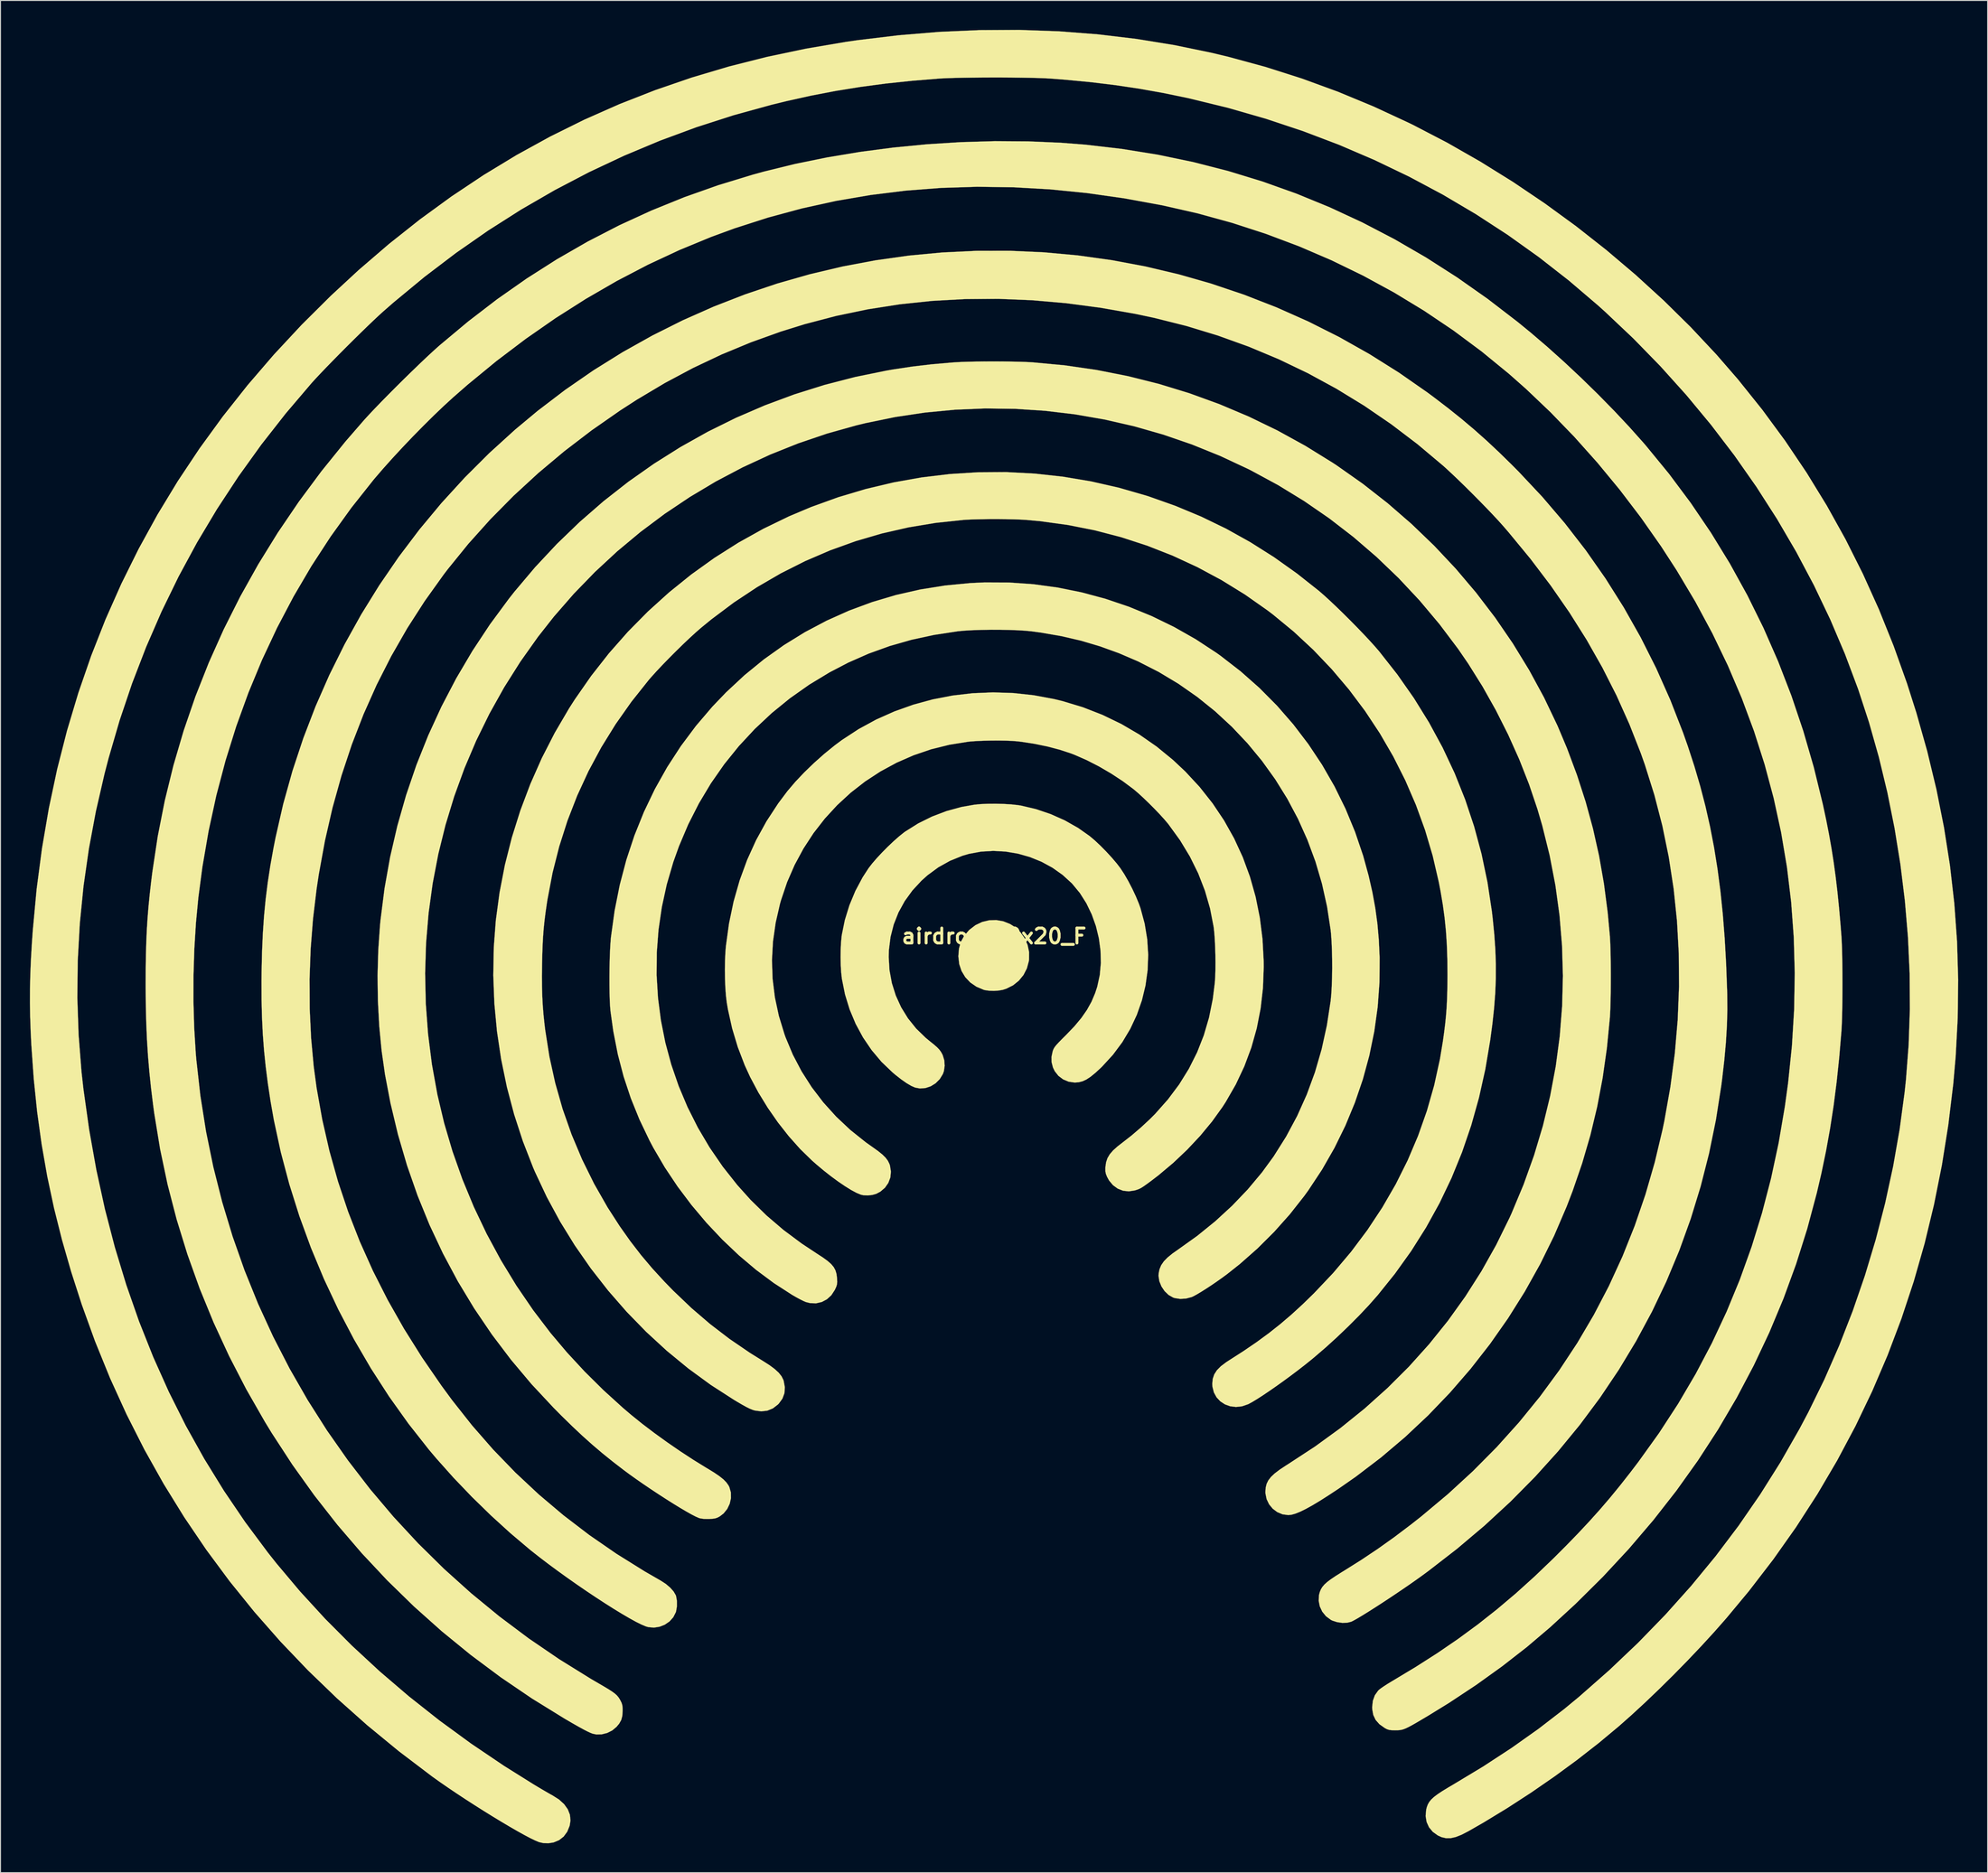
<source format=kicad_pcb>
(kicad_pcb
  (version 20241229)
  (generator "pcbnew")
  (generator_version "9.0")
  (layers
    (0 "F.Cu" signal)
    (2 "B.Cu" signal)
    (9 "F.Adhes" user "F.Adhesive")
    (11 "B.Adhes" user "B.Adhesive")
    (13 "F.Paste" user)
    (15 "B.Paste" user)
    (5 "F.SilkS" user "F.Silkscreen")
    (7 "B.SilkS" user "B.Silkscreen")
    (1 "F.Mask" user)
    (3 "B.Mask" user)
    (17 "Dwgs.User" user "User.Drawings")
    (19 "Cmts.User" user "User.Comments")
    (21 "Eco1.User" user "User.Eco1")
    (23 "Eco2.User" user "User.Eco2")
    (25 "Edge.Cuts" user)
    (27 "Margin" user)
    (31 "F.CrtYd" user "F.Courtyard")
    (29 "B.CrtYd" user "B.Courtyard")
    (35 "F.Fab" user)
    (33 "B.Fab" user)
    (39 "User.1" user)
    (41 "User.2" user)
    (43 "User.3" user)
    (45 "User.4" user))
  (footprint "airdrop_20x20_F"
    (layer "F.Cu")
    (at 98.378 92.531)
    (property "Reference" "airdrop_20x20_F" (at 0 0 0) (layer "F.SilkS") (effects (font (size 1.524 1.524) (thickness 0.3))))
    (attr through_hole)
    (fp_poly (pts (xy 0.94 -1.523) (xy 1.63 -1.248) (xy 2.111 -0.943) (xy 2.679 -0.417) (xy 3.118 0.201) (xy 3.42 0.889) (xy 3.575 1.621) (xy 3.572 2.374) (xy 3.55 2.535) (xy 3.348 3.285) (xy 3.003 3.958) (xy 2.529 4.538) (xy 1.942 5.009) (xy 1.256 5.355) (xy 0.889 5.473) (xy 0.47 5.547) (xy -0.019 5.577) (xy -0.509 5.562) (xy -0.931 5.503) (xy -1.058 5.469) (xy -1.797 5.155) (xy -2.427 4.721) (xy -2.936 4.182) (xy -3.315 3.552) (xy -3.553 2.845) (xy -3.64 2.074) (xy -3.641 2.034) (xy -3.578 1.258) (xy -3.384 0.575) (xy -3.048 -0.04) (xy -2.56 -0.61) (xy -2.496 -0.671) (xy -1.89 -1.134) (xy -1.22 -1.453) (xy -0.508 -1.624) (xy 0.219 -1.648) (xy 0.94 -1.523)) (stroke (width 0.01) (type solid)) (fill yes) (layer "F.SilkS"))
    (fp_poly (pts (xy 0.974 -13.507) (xy 1.734 -13.461) (xy 2.405 -13.39) (xy 2.739 -13.338) (xy 4.279 -12.975) (xy 5.781 -12.466) (xy 7.221 -11.823) (xy 8.575 -11.055) (xy 9.746 -10.23) (xy 10.27 -9.788) (xy 10.848 -9.245) (xy 11.442 -8.643) (xy 12.013 -8.022) (xy 12.522 -7.423) (xy 12.891 -6.94) (xy 13.287 -6.336) (xy 13.7 -5.619) (xy 14.104 -4.842) (xy 14.472 -4.057) (xy 14.78 -3.313) (xy 14.941 -2.859) (xy 15.366 -1.282) (xy 15.627 0.306) (xy 15.726 1.895) (xy 15.667 3.473) (xy 15.452 5.029) (xy 15.083 6.553) (xy 14.564 8.032) (xy 13.897 9.457) (xy 13.086 10.817) (xy 12.132 12.099) (xy 11.038 13.293) (xy 10.889 13.439) (xy 10.332 13.953) (xy 9.853 14.343) (xy 9.427 14.624) (xy 9.031 14.808) (xy 8.643 14.908) (xy 8.238 14.937) (xy 8.214 14.937) (xy 7.606 14.85) (xy 7.049 14.616) (xy 6.569 14.254) (xy 6.195 13.782) (xy 6.013 13.406) (xy 5.869 12.851) (xy 5.865 12.298) (xy 5.979 11.763) (xy 6.035 11.596) (xy 6.11 11.44) (xy 6.22 11.272) (xy 6.384 11.072) (xy 6.619 10.819) (xy 6.941 10.49) (xy 7.358 10.075) (xy 8.202 9.194) (xy 8.904 8.352) (xy 9.479 7.525) (xy 9.944 6.688) (xy 10.313 5.817) (xy 10.529 5.156) (xy 10.788 3.968) (xy 10.899 2.733) (xy 10.866 1.473) (xy 10.696 0.21) (xy 10.395 -1.032) (xy 9.966 -2.232) (xy 9.418 -3.367) (xy 8.753 -4.415) (xy 7.979 -5.353) (xy 7.926 -5.41) (xy 6.996 -6.259) (xy 5.963 -6.991) (xy 4.846 -7.6) (xy 3.663 -8.081) (xy 2.434 -8.43) (xy 1.178 -8.642) (xy -0.086 -8.712) (xy -1.34 -8.636) (xy -2.564 -8.408) (xy -3.231 -8.213) (xy -4.494 -7.701) (xy -5.677 -7.041) (xy -6.78 -6.231) (xy -7.398 -5.679) (xy -8.331 -4.672) (xy -9.118 -3.585) (xy -9.754 -2.426) (xy -10.238 -1.203) (xy -10.564 0.077) (xy -10.73 1.404) (xy -10.752 2.11) (xy -10.67 3.474) (xy -10.426 4.794) (xy -10.027 6.06) (xy -9.478 7.261) (xy -8.783 8.387) (xy -7.948 9.428) (xy -6.978 10.372) (xy -6.568 10.71) (xy -6.139 11.054) (xy -5.822 11.331) (xy -5.592 11.57) (xy -5.421 11.801) (xy -5.282 12.051) (xy -5.236 12.15) (xy -5.081 12.661) (xy -5.041 13.221) (xy -5.115 13.762) (xy -5.219 14.059) (xy -5.54 14.586) (xy -5.963 15.011) (xy -6.46 15.32) (xy -7.006 15.502) (xy -7.571 15.541) (xy -8.06 15.449) (xy -8.446 15.281) (xy -8.923 15) (xy -9.468 14.619) (xy -10.062 14.154) (xy -10.362 13.901) (xy -11.485 12.823) (xy -12.49 11.628) (xy -13.372 10.33) (xy -14.122 8.942) (xy -14.736 7.474) (xy -15.206 5.941) (xy -15.524 4.354) (xy -15.531 4.307) (xy -15.6 3.678) (xy -15.643 2.942) (xy -15.659 2.151) (xy -15.649 1.359) (xy -15.613 0.619) (xy -15.55 -0.018) (xy -15.536 -0.121) (xy -15.224 -1.651) (xy -14.757 -3.164) (xy -14.147 -4.629) (xy -13.407 -6.016) (xy -12.805 -6.943) (xy -12.44 -7.418) (xy -11.971 -7.962) (xy -11.431 -8.542) (xy -10.852 -9.127) (xy -10.267 -9.683) (xy -9.707 -10.179) (xy -9.206 -10.582) (xy -9.059 -10.688) (xy -7.746 -11.513) (xy -6.335 -12.213) (xy -4.852 -12.777) (xy -3.324 -13.195) (xy -1.999 -13.429) (xy -1.364 -13.49) (xy -0.624 -13.522) (xy 0.171 -13.527) (xy 0.974 -13.507)) (stroke (width 0.01) (type solid)) (fill yes) (layer "F.SilkS"))
    (fp_poly (pts (xy 1.976 -24.826) (xy 4.054 -24.6) (xy 6.119 -24.215) (xy 6.985 -24.004) (xy 9.058 -23.377) (xy 11.058 -22.597) (xy 12.982 -21.667) (xy 14.825 -20.589) (xy 16.584 -19.365) (xy 18.254 -17.998) (xy 19.518 -16.809) (xy 20.979 -15.232) (xy 22.296 -13.565) (xy 23.469 -11.813) (xy 24.496 -9.979) (xy 25.376 -8.067) (xy 26.106 -6.08) (xy 26.687 -4.023) (xy 27.115 -1.899) (xy 27.39 0.288) (xy 27.51 2.535) (xy 27.516 3.133) (xy 27.437 5.278) (xy 27.199 7.367) (xy 26.803 9.397) (xy 26.249 11.368) (xy 25.536 13.28) (xy 24.666 15.13) (xy 23.638 16.919) (xy 23.302 17.439) (xy 22.245 18.91) (xy 21.042 20.365) (xy 19.715 21.781) (xy 18.287 23.135) (xy 16.78 24.402) (xy 16.044 24.966) (xy 15.626 25.274) (xy 15.311 25.499) (xy 15.069 25.658) (xy 14.867 25.769) (xy 14.675 25.851) (xy 14.462 25.921) (xy 14.35 25.954) (xy 13.746 26.047) (xy 13.162 25.982) (xy 12.618 25.768) (xy 12.135 25.416) (xy 11.736 24.938) (xy 11.535 24.572) (xy 11.414 24.271) (xy 11.359 24.005) (xy 11.356 23.689) (xy 11.364 23.549) (xy 11.432 23.079) (xy 11.572 22.66) (xy 11.804 22.265) (xy 12.143 21.871) (xy 12.607 21.454) (xy 13.084 21.084) (xy 14.027 20.347) (xy 14.982 19.53) (xy 15.888 18.689) (xy 16.441 18.134) (xy 17.744 16.663) (xy 18.891 15.129) (xy 19.882 13.529) (xy 20.719 11.86) (xy 21.403 10.12) (xy 21.936 8.306) (xy 22.319 6.414) (xy 22.526 4.745) (xy 22.564 4.167) (xy 22.585 3.474) (xy 22.591 2.706) (xy 22.582 1.902) (xy 22.559 1.102) (xy 22.523 0.345) (xy 22.475 -0.33) (xy 22.416 -0.883) (xy 22.403 -0.974) (xy 22.041 -2.837) (xy 21.516 -4.653) (xy 20.83 -6.421) (xy 19.983 -8.137) (xy 18.978 -9.799) (xy 17.815 -11.403) (xy 17.727 -11.515) (xy 17.358 -11.951) (xy 16.893 -12.462) (xy 16.364 -13.015) (xy 15.804 -13.576) (xy 15.248 -14.112) (xy 14.728 -14.59) (xy 14.278 -14.975) (xy 14.224 -15.019) (xy 13.135 -15.83) (xy 11.947 -16.61) (xy 10.705 -17.335) (xy 9.452 -17.978) (xy 8.233 -18.513) (xy 7.832 -18.668) (xy 6.702 -19.039) (xy 5.456 -19.367) (xy 4.14 -19.64) (xy 2.804 -19.847) (xy 2.413 -19.894) (xy 1.884 -19.937) (xy 1.229 -19.965) (xy 0.493 -19.977) (xy -0.281 -19.974) (xy -1.05 -19.957) (xy -1.77 -19.926) (xy -2.397 -19.881) (xy -2.649 -19.855) (xy -4.562 -19.548) (xy -6.421 -19.085) (xy -8.217 -18.472) (xy -9.943 -17.716) (xy -11.592 -16.823) (xy -13.157 -15.799) (xy -14.63 -14.651) (xy -16.003 -13.386) (xy -17.269 -12.009) (xy -18.421 -10.528) (xy -19.451 -8.947) (xy -20.352 -7.275) (xy -21.117 -5.517) (xy -21.737 -3.68) (xy -21.842 -3.31) (xy -22.284 -1.383) (xy -22.558 0.536) (xy -22.662 2.448) (xy -22.597 4.35) (xy -22.364 6.244) (xy -21.961 8.127) (xy -21.389 10) (xy -21.274 10.322) (xy -20.534 12.092) (xy -19.641 13.794) (xy -18.603 15.421) (xy -17.423 16.966) (xy -16.109 18.421) (xy -14.666 19.779) (xy -13.099 21.032) (xy -12.397 21.531) (xy -11.827 21.939) (xy -11.39 22.293) (xy -11.066 22.614) (xy -10.835 22.924) (xy -10.678 23.243) (xy -10.621 23.415) (xy -10.523 24.034) (xy -10.583 24.632) (xy -10.79 25.187) (xy -11.132 25.676) (xy -11.598 26.074) (xy -12.019 26.299) (xy -12.417 26.412) (xy -12.876 26.462) (xy -13.32 26.445) (xy -13.589 26.387) (xy -14.041 26.198) (xy -14.591 25.902) (xy -15.219 25.512) (xy -15.906 25.044) (xy -16.632 24.511) (xy -17.376 23.926) (xy -18.118 23.304) (xy -18.586 22.891) (xy -19.778 21.727) (xy -20.94 20.423) (xy -22.052 19.008) (xy -23.093 17.509) (xy -24.044 15.956) (xy -24.884 14.377) (xy -25.439 13.168) (xy -26.146 11.322) (xy -26.721 9.412) (xy -27.15 7.485) (xy -27.274 6.75) (xy -27.357 6.054) (xy -27.417 5.235) (xy -27.453 4.338) (xy -27.464 3.408) (xy -27.451 2.491) (xy -27.411 1.631) (xy -27.36 1.016) (xy -27.043 -1.295) (xy -26.575 -3.535) (xy -25.957 -5.702) (xy -25.192 -7.791) (xy -24.28 -9.8) (xy -23.222 -11.725) (xy -22.02 -13.564) (xy -21.079 -14.817) (xy -20.282 -15.755) (xy -19.365 -16.725) (xy -18.363 -17.693) (xy -17.313 -18.626) (xy -16.249 -19.49) (xy -15.526 -20.028) (xy -13.819 -21.145) (xy -12.027 -22.121) (xy -10.161 -22.953) (xy -8.232 -23.64) (xy -6.251 -24.18) (xy -4.229 -24.57) (xy -2.176 -24.809) (xy -0.104 -24.895) (xy 1.976 -24.826)) (stroke (width 0.01) (type solid)) (fill yes) (layer "F.SilkS"))
    (fp_poly (pts (xy 1.52 -36.112) (xy 4.012 -35.937) (xy 6.492 -35.598) (xy 8.951 -35.1) (xy 11.378 -34.445) (xy 13.764 -33.636) (xy 16.099 -32.677) (xy 18.373 -31.569) (xy 20.576 -30.318) (xy 22.698 -28.925) (xy 23.128 -28.617) (xy 25.16 -27.042) (xy 27.074 -25.348) (xy 28.867 -23.54) (xy 30.533 -21.625) (xy 32.069 -19.609) (xy 33.471 -17.498) (xy 34.735 -15.297) (xy 35.857 -13.014) (xy 36.832 -10.654) (xy 37.657 -8.222) (xy 38.221 -6.167) (xy 38.603 -4.483) (xy 38.898 -2.868) (xy 39.115 -1.266) (xy 39.259 0.38) (xy 39.34 2.126) (xy 39.342 2.201) (xy 39.326 4.711) (xy 39.143 7.216) (xy 38.797 9.707) (xy 38.291 12.175) (xy 37.629 14.609) (xy 36.812 17) (xy 35.845 19.338) (xy 34.73 21.613) (xy 33.471 23.816) (xy 32.07 25.937) (xy 31.643 26.527) (xy 30.18 28.386) (xy 28.582 30.179) (xy 26.877 31.878) (xy 25.09 33.457) (xy 23.792 34.487) (xy 23.268 34.873) (xy 22.711 35.267) (xy 22.147 35.652) (xy 21.6 36.01) (xy 21.096 36.327) (xy 20.661 36.585) (xy 20.32 36.768) (xy 20.163 36.839) (xy 19.588 36.99) (xy 18.994 37.026) (xy 18.441 36.943) (xy 18.27 36.887) (xy 17.807 36.624) (xy 17.403 36.234) (xy 17.082 35.756) (xy 16.867 35.228) (xy 16.782 34.688) (xy 16.793 34.441) (xy 16.883 33.995) (xy 17.055 33.586) (xy 17.322 33.195) (xy 17.702 32.803) (xy 18.211 32.388) (xy 18.779 31.989) (xy 20.728 30.596) (xy 22.57 29.102) (xy 24.292 27.517) (xy 25.884 25.852) (xy 27.335 24.117) (xy 28.524 22.487) (xy 29.802 20.458) (xy 30.931 18.349) (xy 31.911 16.161) (xy 32.743 13.893) (xy 33.425 11.544) (xy 33.959 9.114) (xy 34.345 6.604) (xy 34.409 5.929) (xy 34.456 5.125) (xy 34.487 4.229) (xy 34.5 3.281) (xy 34.496 2.319) (xy 34.475 1.382) (xy 34.437 0.508) (xy 34.382 -0.263) (xy 34.344 -0.635) (xy 33.981 -3.02) (xy 33.462 -5.354) (xy 32.792 -7.629) (xy 31.974 -9.839) (xy 31.015 -11.979) (xy 29.919 -14.041) (xy 28.691 -16.019) (xy 27.336 -17.906) (xy 25.858 -19.697) (xy 24.263 -21.385) (xy 22.556 -22.964) (xy 20.741 -24.426) (xy 18.824 -25.766) (xy 16.809 -26.978) (xy 14.701 -28.054) (xy 12.742 -28.896) (xy 10.807 -29.596) (xy 8.86 -30.174) (xy 6.864 -30.638) (xy 4.78 -30.998) (xy 3.81 -31.129) (xy 3.164 -31.191) (xy 2.386 -31.238) (xy 1.514 -31.269) (xy 0.584 -31.286) (xy -0.367 -31.287) (xy -1.302 -31.273) (xy -2.185 -31.243) (xy -2.977 -31.198) (xy -3.643 -31.138) (xy -3.724 -31.128) (xy -6.127 -30.761) (xy -8.43 -30.262) (xy -10.647 -29.628) (xy -12.792 -28.854) (xy -14.875 -27.936) (xy -16.783 -26.941) (xy -18.862 -25.681) (xy -20.831 -24.292) (xy -22.686 -22.781) (xy -24.424 -21.152) (xy -26.04 -19.411) (xy -27.531 -17.562) (xy -28.891 -15.61) (xy -30.117 -13.561) (xy -31.205 -11.419) (xy -32.151 -9.189) (xy -32.73 -7.569) (xy -33.397 -5.284) (xy -33.899 -2.979) (xy -34.237 -0.66) (xy -34.414 1.664) (xy -34.431 3.986) (xy -34.29 6.299) (xy -33.993 8.594) (xy -33.542 10.864) (xy -32.937 13.101) (xy -32.182 15.297) (xy -31.277 17.445) (xy -30.225 19.538) (xy -29.027 21.566) (xy -27.685 23.523) (xy -26.201 25.401) (xy -24.841 26.917) (xy -23.232 28.497) (xy -21.5 29.98) (xy -19.634 31.372) (xy -18.076 32.403) (xy -17.46 32.804) (xy -16.979 33.155) (xy -16.618 33.475) (xy -16.359 33.786) (xy -16.185 34.11) (xy -16.079 34.467) (xy -16.025 34.878) (xy -16.02 34.947) (xy -16.005 35.291) (xy -16.027 35.543) (xy -16.099 35.783) (xy -16.238 36.086) (xy -16.25 36.111) (xy -16.601 36.649) (xy -17.049 37.062) (xy -17.574 37.341) (xy -18.151 37.477) (xy -18.759 37.459) (xy -19.19 37.351) (xy -19.429 37.25) (xy -19.769 37.081) (xy -20.166 36.867) (xy -20.578 36.631) (xy -20.629 36.6) (xy -22.471 35.408) (xy -24.276 34.064) (xy -26.031 32.581) (xy -27.723 30.974) (xy -29.339 29.258) (xy -30.864 27.448) (xy -32.285 25.559) (xy -33.589 23.605) (xy -34.762 21.6) (xy -35.151 20.865) (xy -36.182 18.71) (xy -37.061 16.538) (xy -37.794 14.329) (xy -38.387 12.06) (xy -38.847 9.712) (xy -39.134 7.662) (xy -39.178 7.164) (xy -39.21 6.528) (xy -39.232 5.785) (xy -39.243 4.967) (xy -39.244 4.105) (xy -39.235 3.231) (xy -39.216 2.375) (xy -39.188 1.569) (xy -39.149 0.844) (xy -39.102 0.232) (xy -39.087 0.085) (xy -38.714 -2.61) (xy -38.19 -5.239) (xy -37.516 -7.797) (xy -36.693 -10.283) (xy -35.723 -12.69) (xy -34.609 -15.017) (xy -33.351 -17.259) (xy -31.952 -19.413) (xy -30.414 -21.474) (xy -28.737 -23.44) (xy -27.347 -24.892) (xy -25.466 -26.645) (xy -23.494 -28.256) (xy -21.435 -29.723) (xy -19.295 -31.044) (xy -17.077 -32.218) (xy -14.787 -33.243) (xy -12.428 -34.116) (xy -10.006 -34.835) (xy -7.525 -35.4) (xy -4.99 -35.806) (xy -2.405 -36.054) (xy -0.974 -36.121) (xy 1.52 -36.112)) (stroke (width 0.01) (type solid)) (fill yes) (layer "F.SilkS"))
    (fp_poly (pts (xy 4.14 -47.232) (xy 7.017 -46.917) (xy 9.88 -46.437) (xy 12.722 -45.791) (xy 15.538 -44.979) (xy 15.79 -44.898) (xy 18.507 -43.934) (xy 21.132 -42.839) (xy 23.675 -41.606) (xy 26.146 -40.229) (xy 28.557 -38.703) (xy 30.918 -37.022) (xy 33.147 -35.257) (xy 33.647 -34.824) (xy 34.234 -34.288) (xy 34.887 -33.672) (xy 35.58 -32.999) (xy 36.291 -32.293) (xy 36.996 -31.577) (xy 37.671 -30.876) (xy 38.293 -30.212) (xy 38.839 -29.61) (xy 39.285 -29.093) (xy 39.293 -29.083) (xy 41.147 -26.723) (xy 42.844 -24.299) (xy 44.384 -21.81) (xy 45.767 -19.258) (xy 46.995 -16.64) (xy 48.066 -13.957) (xy 48.981 -11.209) (xy 49.74 -8.394) (xy 50.343 -5.513) (xy 50.791 -2.565) (xy 50.878 -1.82) (xy 51.04 -0.179) (xy 51.147 1.367) (xy 51.2 2.853) (xy 51.197 4.317) (xy 51.138 5.795) (xy 51.022 7.323) (xy 50.848 8.939) (xy 50.63 10.583) (xy 50.124 13.583) (xy 49.476 16.49) (xy 48.687 19.307) (xy 47.754 22.037) (xy 46.677 24.681) (xy 45.454 27.243) (xy 44.084 29.725) (xy 42.567 32.13) (xy 40.9 34.46) (xy 39.135 36.658) (xy 38.236 37.676) (xy 37.223 38.751) (xy 36.127 39.85) (xy 34.981 40.945) (xy 33.817 42.003) (xy 32.664 42.993) (xy 32.385 43.224) (xy 31.728 43.753) (xy 31.021 44.302) (xy 30.285 44.857) (xy 29.539 45.405) (xy 28.803 45.932) (xy 28.096 46.423) (xy 27.439 46.866) (xy 26.851 47.245) (xy 26.351 47.548) (xy 25.961 47.76) (xy 25.911 47.784) (xy 25.291 47.995) (xy 24.679 48.06) (xy 24.094 47.989) (xy 23.557 47.793) (xy 23.087 47.485) (xy 22.705 47.076) (xy 22.432 46.578) (xy 22.286 46.001) (xy 22.267 45.694) (xy 22.315 45.187) (xy 22.468 44.732) (xy 22.739 44.31) (xy 23.143 43.901) (xy 23.692 43.486) (xy 23.984 43.296) (xy 25.447 42.357) (xy 26.782 41.446) (xy 28.022 40.538) (xy 29.198 39.607) (xy 30.344 38.628) (xy 31.492 37.575) (xy 32.643 36.453) (xy 34.61 34.374) (xy 36.43 32.217) (xy 38.101 29.987) (xy 39.621 27.686) (xy 40.989 25.317) (xy 42.203 22.884) (xy 43.263 20.389) (xy 44.165 17.835) (xy 44.909 15.226) (xy 45.493 12.565) (xy 45.8 10.71) (xy 45.932 9.753) (xy 46.038 8.885) (xy 46.119 8.065) (xy 46.18 7.256) (xy 46.222 6.416) (xy 46.248 5.508) (xy 46.261 4.491) (xy 46.264 3.895) (xy 46.25 2.318) (xy 46.201 0.864) (xy 46.111 -0.51) (xy 45.977 -1.846) (xy 45.795 -3.189) (xy 45.561 -4.581) (xy 45.376 -5.546) (xy 44.756 -8.217) (xy 43.978 -10.842) (xy 43.044 -13.412) (xy 41.96 -15.92) (xy 40.73 -18.359) (xy 39.36 -20.72) (xy 37.855 -22.997) (xy 36.218 -25.181) (xy 34.455 -27.265) (xy 32.571 -29.242) (xy 30.569 -31.104) (xy 28.456 -32.844) (xy 27.912 -33.258) (xy 25.608 -34.878) (xy 23.221 -36.352) (xy 20.758 -37.677) (xy 18.224 -38.851) (xy 15.627 -39.871) (xy 12.973 -40.736) (xy 10.267 -41.442) (xy 7.517 -41.987) (xy 4.728 -42.37) (xy 3.306 -42.5) (xy 2.713 -42.535) (xy 1.991 -42.561) (xy 1.179 -42.577) (xy 0.316 -42.584) (xy -0.556 -42.582) (xy -1.4 -42.57) (xy -2.175 -42.55) (xy -2.842 -42.52) (xy -3.137 -42.5) (xy -5.955 -42.201) (xy -8.726 -41.741) (xy -11.446 -41.119) (xy -14.113 -40.337) (xy -16.723 -39.397) (xy -19.275 -38.299) (xy -21.764 -37.045) (xy -24.19 -35.635) (xy -26.548 -34.072) (xy -28.836 -32.356) (xy -29.904 -31.482) (xy -30.449 -31.006) (xy -31.075 -30.431) (xy -31.756 -29.785) (xy -32.462 -29.094) (xy -33.166 -28.387) (xy -33.84 -27.692) (xy -34.457 -27.036) (xy -34.988 -26.448) (xy -35.235 -26.162) (xy -37.002 -23.939) (xy -38.617 -21.645) (xy -40.078 -19.282) (xy -41.384 -16.851) (xy -42.535 -14.354) (xy -43.53 -11.792) (xy -44.368 -9.169) (xy -45.048 -6.485) (xy -45.57 -3.742) (xy -45.625 -3.387) (xy -45.761 -2.446) (xy -45.87 -1.581) (xy -45.955 -0.751) (xy -46.019 0.087) (xy -46.066 0.975) (xy -46.1 1.956) (xy -46.119 2.854) (xy -46.132 4.055) (xy -46.126 5.13) (xy -46.099 6.119) (xy -46.048 7.064) (xy -45.972 8.006) (xy -45.869 8.986) (xy -45.799 9.567) (xy -45.371 12.296) (xy -44.778 14.988) (xy -44.024 17.637) (xy -43.11 20.237) (xy -42.039 22.783) (xy -40.813 25.267) (xy -39.435 27.684) (xy -38.197 29.604) (xy -37.124 31.121) (xy -36.026 32.547) (xy -34.866 33.923) (xy -33.608 35.293) (xy -32.724 36.199) (xy -30.866 37.972) (xy -28.966 39.601) (xy -26.991 41.114) (xy -24.908 42.537) (xy -23.607 43.349) (xy -22.92 43.788) (xy -22.38 44.188) (xy -21.972 44.564) (xy -21.684 44.928) (xy -21.5 45.295) (xy -21.466 45.397) (xy -21.347 46.049) (xy -21.389 46.653) (xy -21.594 47.207) (xy -21.96 47.712) (xy -22.056 47.81) (xy -22.567 48.203) (xy -23.131 48.435) (xy -23.748 48.507) (xy -24.406 48.422) (xy -24.642 48.351) (xy -24.921 48.237) (xy -25.262 48.068) (xy -25.689 47.833) (xy -26.224 47.52) (xy -26.528 47.338) (xy -28.901 45.807) (xy -31.192 44.132) (xy -33.392 42.324) (xy -35.494 40.389) (xy -37.491 38.338) (xy -39.375 36.177) (xy -41.139 33.917) (xy -42.775 31.566) (xy -44.277 29.131) (xy -45.635 26.623) (xy -46.845 24.048) (xy -47.036 23.601) (xy -48.077 20.926) (xy -48.968 18.188) (xy -49.706 15.399) (xy -50.289 12.573) (xy -50.717 9.721) (xy -50.986 6.856) (xy -51.096 3.99) (xy -51.044 1.136) (xy -50.837 -1.609) (xy -50.456 -4.452) (xy -49.91 -7.276) (xy -49.202 -10.072) (xy -48.336 -12.828) (xy -47.315 -15.535) (xy -46.144 -18.183) (xy -44.825 -20.76) (xy -43.363 -23.257) (xy -42.778 -24.172) (xy -41.098 -26.584) (xy -39.291 -28.887) (xy -37.362 -31.077) (xy -35.317 -33.15) (xy -33.161 -35.101) (xy -30.9 -36.925) (xy -28.54 -38.619) (xy -26.086 -40.177) (xy -23.543 -41.595) (xy -20.918 -42.868) (xy -18.669 -43.816) (xy -15.895 -44.818) (xy -13.086 -45.656) (xy -10.25 -46.33) (xy -7.392 -46.84) (xy -4.518 -47.185) (xy -1.634 -47.366) (xy 1.254 -47.382) (xy 4.14 -47.232)) (stroke (width 0.01) (type solid)) (fill yes) (layer "F.SilkS"))
    (fp_poly (pts (xy 0.931 -58.676) (xy 1.827 -58.664) (xy 2.656 -58.646) (xy 3.382 -58.621) (xy 3.937 -58.59) (xy 7.219 -58.283) (xy 10.466 -57.811) (xy 13.671 -57.177) (xy 16.831 -56.383) (xy 19.941 -55.429) (xy 22.994 -54.318) (xy 25.987 -53.052) (xy 28.915 -51.632) (xy 31.772 -50.059) (xy 34.553 -48.336) (xy 34.967 -48.063) (xy 37.623 -46.192) (xy 40.17 -44.197) (xy 42.604 -42.082) (xy 44.921 -39.852) (xy 47.116 -37.513) (xy 49.186 -35.069) (xy 51.125 -32.528) (xy 52.93 -29.893) (xy 54.596 -27.169) (xy 56.119 -24.363) (xy 57.495 -21.48) (xy 58.456 -19.197) (xy 59.478 -16.458) (xy 60.36 -13.73) (xy 61.109 -10.988) (xy 61.73 -8.208) (xy 62.228 -5.365) (xy 62.609 -2.436) (xy 62.834 0) (xy 62.867 0.554) (xy 62.893 1.246) (xy 62.912 2.043) (xy 62.925 2.915) (xy 62.931 3.829) (xy 62.93 4.754) (xy 62.922 5.659) (xy 62.907 6.511) (xy 62.886 7.279) (xy 62.857 7.931) (xy 62.834 8.297) (xy 62.528 11.429) (xy 62.097 14.462) (xy 61.537 17.416) (xy 60.843 20.313) (xy 60.009 23.171) (xy 59.032 26.013) (xy 58.422 27.601) (xy 57.148 30.571) (xy 55.724 33.465) (xy 54.155 36.277) (xy 52.446 39.002) (xy 50.6 41.634) (xy 48.623 44.168) (xy 46.518 46.598) (xy 44.291 48.919) (xy 41.945 51.126) (xy 39.486 53.212) (xy 36.916 55.173) (xy 35.179 56.385) (xy 34.165 57.056) (xy 33.274 57.624) (xy 32.496 58.092) (xy 31.823 58.465) (xy 31.248 58.748) (xy 30.762 58.945) (xy 30.356 59.06) (xy 30.022 59.097) (xy 30.021 59.097) (xy 29.434 59.018) (xy 28.897 58.793) (xy 28.434 58.445) (xy 28.064 57.997) (xy 27.81 57.468) (xy 27.693 56.883) (xy 27.688 56.727) (xy 27.716 56.298) (xy 27.81 55.913) (xy 27.985 55.555) (xy 28.254 55.206) (xy 28.631 54.849) (xy 29.132 54.467) (xy 29.77 54.043) (xy 30.013 53.89) (xy 32.749 52.1) (xy 35.35 50.209) (xy 37.815 48.218) (xy 40.144 46.127) (xy 42.337 43.938) (xy 44.392 41.649) (xy 46.31 39.263) (xy 48.09 36.779) (xy 49.732 34.198) (xy 51.234 31.521) (xy 52.597 28.748) (xy 52.802 28.296) (xy 54.033 25.349) (xy 55.1 22.369) (xy 56.002 19.359) (xy 56.74 16.326) (xy 57.314 13.273) (xy 57.722 10.205) (xy 57.965 7.126) (xy 58.043 4.042) (xy 57.954 0.957) (xy 57.699 -2.125) (xy 57.278 -5.198) (xy 56.69 -8.259) (xy 55.935 -11.303) (xy 55.446 -12.974) (xy 54.592 -15.506) (xy 53.59 -18.054) (xy 52.454 -20.589) (xy 51.199 -23.08) (xy 49.84 -25.499) (xy 48.391 -27.815) (xy 47.348 -29.337) (xy 45.445 -31.864) (xy 43.423 -34.272) (xy 41.285 -36.558) (xy 39.034 -38.719) (xy 36.674 -40.753) (xy 34.208 -42.657) (xy 31.639 -44.428) (xy 28.97 -46.063) (xy 26.205 -47.56) (xy 25.921 -47.703) (xy 23.08 -49.032) (xy 20.189 -50.203) (xy 17.255 -51.213) (xy 14.284 -52.063) (xy 11.282 -52.752) (xy 8.254 -53.279) (xy 5.208 -53.643) (xy 2.149 -53.844) (xy -0.917 -53.882) (xy -3.984 -53.755) (xy -7.046 -53.462) (xy -10.096 -53.004) (xy -13.129 -52.379) (xy -14.036 -52.159) (xy -17.028 -51.32) (xy -19.965 -50.323) (xy -22.841 -49.173) (xy -25.649 -47.873) (xy -28.384 -46.43) (xy -31.038 -44.845) (xy -33.605 -43.125) (xy -36.079 -41.273) (xy -38.452 -39.294) (xy -40.719 -37.192) (xy -42.872 -34.972) (xy -44.906 -32.637) (xy -46.536 -30.565) (xy -48.337 -28.024) (xy -49.989 -25.406) (xy -51.491 -22.717) (xy -52.842 -19.961) (xy -54.04 -17.145) (xy -55.085 -14.274) (xy -55.974 -11.354) (xy -56.707 -8.391) (xy -57.282 -5.391) (xy -57.699 -2.358) (xy -57.956 0.701) (xy -58.051 3.781) (xy -57.984 6.876) (xy -57.753 9.98) (xy -57.358 13.087) (xy -56.8 16.171) (xy -56.111 19.077) (xy -55.259 21.962) (xy -54.249 24.815) (xy -53.087 27.624) (xy -51.777 30.377) (xy -50.326 33.063) (xy -48.74 35.669) (xy -47.023 38.185) (xy -45.25 40.513) (xy -43.579 42.493) (xy -41.77 44.448) (xy -39.858 46.343) (xy -37.875 48.146) (xy -37.036 48.861) (xy -35.915 49.766) (xy -34.678 50.707) (xy -33.366 51.655) (xy -32.02 52.582) (xy -30.681 53.458) (xy -29.39 54.255) (xy -29.219 54.356) (xy -28.551 54.766) (xy -28.022 55.127) (xy -27.615 55.454) (xy -27.313 55.762) (xy -27.099 56.064) (xy -27.008 56.242) (xy -26.853 56.793) (xy -26.845 57.37) (xy -26.973 57.941) (xy -27.226 58.471) (xy -27.594 58.926) (xy -27.966 59.216) (xy -28.207 59.349) (xy -28.436 59.43) (xy -28.715 59.473) (xy -29.067 59.495) (xy -29.589 59.492) (xy -29.987 59.432) (xy -30.129 59.388) (xy -30.449 59.248) (xy -30.887 59.021) (xy -31.426 58.717) (xy -32.048 58.349) (xy -32.734 57.928) (xy -33.467 57.465) (xy -34.228 56.973) (xy -34.999 56.463) (xy -35.762 55.947) (xy -36.499 55.435) (xy -37.192 54.94) (xy -37.79 54.497) (xy -38.908 53.635) (xy -39.963 52.784) (xy -40.983 51.917) (xy -41.996 51.01) (xy -43.033 50.036) (xy -44.121 48.971) (xy -44.961 48.123) (xy -47.195 45.727) (xy -49.287 43.238) (xy -51.238 40.658) (xy -53.046 37.989) (xy -54.71 35.233) (xy -56.227 32.394) (xy -57.598 29.474) (xy -58.821 26.475) (xy -59.894 23.4) (xy -60.817 20.251) (xy -61.587 17.031) (xy -62.146 14.097) (xy -62.489 11.689) (xy -62.73 9.181) (xy -62.868 6.609) (xy -62.902 4.009) (xy -62.83 1.417) (xy -62.652 -1.131) (xy -62.606 -1.609) (xy -62.193 -4.87) (xy -61.618 -8.095) (xy -60.881 -11.275) (xy -59.987 -14.407) (xy -58.937 -17.484) (xy -57.733 -20.499) (xy -56.379 -23.448) (xy -54.876 -26.325) (xy -53.226 -29.123) (xy -51.433 -31.837) (xy -49.498 -34.461) (xy -48.931 -35.179) (xy -46.821 -37.679) (xy -44.599 -40.054) (xy -42.271 -42.3) (xy -39.841 -44.415) (xy -37.314 -46.396) (xy -34.695 -48.24) (xy -31.988 -49.945) (xy -29.198 -51.508) (xy -26.33 -52.926) (xy -23.388 -54.196) (xy -20.377 -55.316) (xy -17.302 -56.282) (xy -14.167 -57.093) (xy -10.978 -57.745) (xy -10.287 -57.864) (xy -8.324 -58.159) (xy -6.346 -58.392) (xy -4.283 -58.571) (xy -3.979 -58.593) (xy -3.386 -58.625) (xy -2.658 -58.649) (xy -1.828 -58.667) (xy -0.931 -58.677) (xy -0.000044 -58.68) (xy 0.931 -58.676)) (stroke (width 0.01) (type solid)) (fill yes) (layer "F.SilkS"))
    (fp_poly (pts (xy 5.092 -69.822) (xy 8.546 -69.505) (xy 11.993 -69.025) (xy 15.428 -68.381) (xy 18.845 -67.572) (xy 22.098 -66.642) (xy 25.49 -65.5) (xy 28.81 -64.206) (xy 32.056 -62.761) (xy 35.223 -61.167) (xy 38.308 -59.427) (xy 41.307 -57.541) (xy 44.217 -55.513) (xy 44.901 -55.005) (xy 46.344 -53.9) (xy 47.69 -52.821) (xy 48.975 -51.737) (xy 50.233 -50.618) (xy 51.497 -49.435) (xy 52.803 -48.156) (xy 53.51 -47.445) (xy 55.941 -44.855) (xy 58.231 -42.171) (xy 60.38 -39.395) (xy 62.387 -36.525) (xy 64.253 -33.562) (xy 65.977 -30.507) (xy 67.559 -27.359) (xy 69 -24.119) (xy 70.299 -20.786) (xy 70.79 -19.394) (xy 71.455 -17.354) (xy 72.053 -15.318) (xy 72.585 -13.27) (xy 73.054 -11.193) (xy 73.463 -9.069) (xy 73.814 -6.884) (xy 74.111 -4.619) (xy 74.355 -2.259) (xy 74.549 0.213) (xy 74.696 2.814) (xy 74.798 5.561) (xy 74.808 5.927) (xy 74.821 7.491) (xy 74.777 9.12) (xy 74.674 10.834) (xy 74.51 12.656) (xy 74.285 14.607) (xy 74.203 15.24) (xy 73.655 18.746) (xy 72.951 22.184) (xy 72.092 25.554) (xy 71.08 28.854) (xy 69.916 32.083) (xy 68.599 35.239) (xy 67.131 38.322) (xy 65.513 41.33) (xy 63.745 44.261) (xy 61.828 47.115) (xy 59.763 49.89) (xy 57.55 52.585) (xy 55.191 55.198) (xy 52.687 57.729) (xy 50.037 60.176) (xy 47.243 62.537) (xy 44.306 64.812) (xy 43.654 65.291) (xy 43.049 65.725) (xy 42.386 66.19) (xy 41.682 66.673) (xy 40.956 67.164) (xy 40.226 67.651) (xy 39.508 68.122) (xy 38.821 68.566) (xy 38.182 68.972) (xy 37.608 69.327) (xy 37.119 69.621) (xy 36.73 69.841) (xy 36.461 69.977) (xy 36.438 69.987) (xy 36.02 70.09) (xy 35.522 70.101) (xy 35.005 70.027) (xy 34.528 69.874) (xy 34.365 69.793) (xy 33.868 69.424) (xy 33.488 68.957) (xy 33.236 68.419) (xy 33.122 67.838) (xy 33.159 67.244) (xy 33.238 66.949) (xy 33.348 66.682) (xy 33.499 66.434) (xy 33.707 66.189) (xy 33.99 65.931) (xy 34.367 65.646) (xy 34.854 65.318) (xy 35.468 64.93) (xy 35.664 64.81) (xy 37.449 63.689) (xy 39.156 62.547) (xy 40.834 61.352) (xy 42.53 60.07) (xy 43.603 59.224) (xy 46.313 56.953) (xy 48.877 54.596) (xy 51.296 52.153) (xy 53.568 49.625) (xy 55.695 47.011) (xy 57.675 44.313) (xy 59.509 41.53) (xy 61.195 38.664) (xy 62.735 35.714) (xy 64.126 32.681) (xy 65.37 29.566) (xy 66.466 26.369) (xy 67.414 23.091) (xy 68.213 19.731) (xy 68.398 18.838) (xy 69.01 15.388) (xy 69.463 11.952) (xy 69.757 8.536) (xy 69.892 5.144) (xy 69.868 1.781) (xy 69.685 -1.547) (xy 69.344 -4.837) (xy 68.846 -8.083) (xy 68.19 -11.281) (xy 67.376 -14.426) (xy 66.406 -17.512) (xy 65.994 -18.677) (xy 64.825 -21.653) (xy 63.516 -24.572) (xy 62.062 -27.441) (xy 60.46 -30.266) (xy 58.705 -33.054) (xy 56.793 -35.811) (xy 54.721 -38.544) (xy 52.485 -41.258) (xy 51.959 -41.867) (xy 51.484 -42.398) (xy 50.908 -43.018) (xy 50.255 -43.702) (xy 49.55 -44.425) (xy 48.818 -45.164) (xy 48.084 -45.893) (xy 47.371 -46.588) (xy 46.704 -47.223) (xy 46.108 -47.776) (xy 45.805 -48.048) (xy 43.204 -50.235) (xy 40.526 -52.271) (xy 37.771 -54.157) (xy 34.94 -55.891) (xy 32.031 -57.475) (xy 29.046 -58.908) (xy 25.984 -60.19) (xy 22.845 -61.321) (xy 19.63 -62.301) (xy 16.339 -63.129) (xy 14.436 -63.533) (xy 10.868 -64.162) (xy 7.347 -64.628) (xy 3.87 -64.931) (xy 0.438 -65.072) (xy -2.953 -65.049) (xy -6.302 -64.864) (xy -9.61 -64.516) (xy -12.879 -64.004) (xy -16.11 -63.33) (xy -19.304 -62.492) (xy -21.759 -61.729) (xy -24.814 -60.632) (xy -27.798 -59.394) (xy -30.725 -58.009) (xy -33.606 -56.471) (xy -36.454 -54.773) (xy -38.156 -53.673) (xy -41.069 -51.642) (xy -43.853 -49.512) (xy -46.505 -47.286) (xy -49.023 -44.967) (xy -51.401 -42.559) (xy -53.638 -40.064) (xy -55.729 -37.485) (xy -56.164 -36.915) (xy -58.092 -34.219) (xy -59.873 -31.448) (xy -61.506 -28.599) (xy -62.993 -25.672) (xy -64.335 -22.663) (xy -65.533 -19.57) (xy -66.588 -16.39) (xy -67.5 -13.122) (xy -68.271 -9.763) (xy -68.901 -6.311) (xy -69.125 -4.826) (xy -69.491 -1.774) (xy -69.731 1.296) (xy -69.843 4.362) (xy -69.828 7.401) (xy -69.686 10.391) (xy -69.418 13.309) (xy -69.124 15.494) (xy -68.546 18.73) (xy -67.82 21.911) (xy -66.941 25.04) (xy -65.909 28.122) (xy -64.722 31.162) (xy -63.376 34.165) (xy -61.871 37.135) (xy -60.204 40.077) (xy -58.373 42.996) (xy -56.376 45.897) (xy -55.293 47.371) (xy -53.255 49.952) (xy -51.104 52.414) (xy -48.838 54.759) (xy -46.452 56.991) (xy -43.943 59.113) (xy -41.308 61.128) (xy -38.542 63.039) (xy -35.642 64.849) (xy -34.005 65.793) (xy -33.491 66.127) (xy -33.047 66.504) (xy -32.7 66.895) (xy -32.48 67.272) (xy -32.444 67.372) (xy -32.358 67.862) (xy -32.358 68.406) (xy -32.442 68.914) (xy -32.474 69.021) (xy -32.733 69.53) (xy -33.115 69.955) (xy -33.591 70.282) (xy -34.131 70.497) (xy -34.704 70.586) (xy -35.281 70.533) (xy -35.529 70.462) (xy -35.974 70.274) (xy -36.539 69.993) (xy -37.206 69.626) (xy -37.963 69.183) (xy -38.794 68.676) (xy -39.684 68.112) (xy -40.619 67.503) (xy -41.584 66.858) (xy -42.564 66.186) (xy -43.544 65.497) (xy -44.51 64.802) (xy -45.447 64.11) (xy -46.34 63.43) (xy -47.175 62.773) (xy -47.371 62.615) (xy -49.352 60.94) (xy -51.332 59.137) (xy -53.276 57.24) (xy -55.146 55.287) (xy -56.906 53.313) (xy -57.669 52.409) (xy -59.756 49.756) (xy -61.729 46.988) (xy -63.582 44.115) (xy -65.311 41.149) (xy -66.91 38.102) (xy -68.375 34.984) (xy -69.698 31.808) (xy -70.877 28.584) (xy -71.904 25.325) (xy -72.776 22.041) (xy -73.487 18.745) (xy -73.828 16.806) (xy -74.097 15.022) (xy -74.315 13.311) (xy -74.487 11.638) (xy -74.613 9.965) (xy -74.696 8.254) (xy -74.74 6.469) (xy -74.746 4.574) (xy -74.736 3.616) (xy -74.691 1.616) (xy -74.609 -0.256) (xy -74.488 -2.035) (xy -74.322 -3.761) (xy -74.109 -5.471) (xy -73.844 -7.202) (xy -73.523 -8.991) (xy -73.309 -10.075) (xy -72.526 -13.505) (xy -71.582 -16.885) (xy -70.481 -20.209) (xy -69.226 -23.473) (xy -67.821 -26.672) (xy -66.267 -29.8) (xy -64.568 -32.854) (xy -62.728 -35.828) (xy -60.749 -38.716) (xy -58.634 -41.515) (xy -56.386 -44.219) (xy -54.008 -46.823) (xy -51.504 -49.322) (xy -48.876 -51.712) (xy -46.567 -53.637) (xy -43.759 -55.779) (xy -40.87 -57.776) (xy -37.904 -59.625) (xy -34.867 -61.326) (xy -31.765 -62.879) (xy -28.602 -64.281) (xy -25.386 -65.533) (xy -22.12 -66.632) (xy -18.811 -67.578) (xy -15.465 -68.37) (xy -12.087 -69.006) (xy -8.682 -69.486) (xy -5.256 -69.809) (xy -1.814 -69.973) (xy 1.637 -69.978) (xy 5.092 -69.822)) (stroke (width 0.01) (type solid)) (fill yes) (layer "F.SilkS"))
    (fp_poly (pts (xy 6.613 -92.383) (xy 10.584 -92.077) (xy 14.507 -91.609) (xy 18.382 -90.979) (xy 22.21 -90.187) (xy 23.912 -89.778) (xy 27.685 -88.75) (xy 31.406 -87.563) (xy 35.083 -86.217) (xy 38.721 -84.708) (xy 42.327 -83.034) (xy 42.799 -82.802) (xy 46.226 -81.018) (xy 49.608 -79.085) (xy 52.936 -77.014) (xy 56.196 -74.813) (xy 59.378 -72.492) (xy 62.469 -70.059) (xy 65.457 -67.524) (xy 68.332 -64.896) (xy 71.082 -62.184) (xy 73.694 -59.397) (xy 75.9 -56.854) (xy 78.384 -53.753) (xy 80.722 -50.572) (xy 82.916 -47.31) (xy 84.968 -43.961) (xy 86.879 -40.523) (xy 88.65 -36.994) (xy 90.285 -33.369) (xy 91.783 -29.645) (xy 93.148 -25.82) (xy 94.104 -22.818) (xy 95.211 -18.895) (xy 96.151 -14.993) (xy 96.925 -11.104) (xy 97.534 -7.223) (xy 97.977 -3.344) (xy 98.257 0.54) (xy 98.373 4.435) (xy 98.326 8.347) (xy 98.116 12.282) (xy 97.872 15.071) (xy 97.366 19.259) (xy 96.711 23.37) (xy 95.904 27.403) (xy 94.948 31.36) (xy 93.84 35.24) (xy 92.581 39.045) (xy 91.17 42.775) (xy 89.607 46.431) (xy 87.892 50.014) (xy 86.025 53.523) (xy 84.005 56.961) (xy 81.832 60.327) (xy 79.506 63.622) (xy 77.027 66.846) (xy 74.709 69.636) (xy 73.483 71.029) (xy 72.158 72.475) (xy 70.764 73.945) (xy 69.326 75.413) (xy 67.873 76.85) (xy 66.433 78.228) (xy 65.033 79.52) (xy 63.749 80.657) (xy 61.684 82.378) (xy 59.484 84.095) (xy 57.179 85.785) (xy 54.802 87.427) (xy 52.385 88.997) (xy 49.96 90.474) (xy 48.387 91.377) (xy 47.704 91.729) (xy 47.115 91.963) (xy 46.596 92.081) (xy 46.123 92.086) (xy 45.673 91.982) (xy 45.284 91.806) (xy 44.767 91.436) (xy 44.381 90.97) (xy 44.135 90.426) (xy 44.036 89.823) (xy 44.091 89.179) (xy 44.156 88.919) (xy 44.258 88.643) (xy 44.403 88.387) (xy 44.607 88.136) (xy 44.886 87.877) (xy 45.258 87.595) (xy 45.737 87.277) (xy 46.342 86.907) (xy 46.821 86.626) (xy 49.885 84.779) (xy 52.794 82.878) (xy 55.556 80.919) (xy 58.179 78.896) (xy 59.69 77.648) (xy 62.774 74.933) (xy 65.708 72.143) (xy 68.492 69.276) (xy 71.13 66.328) (xy 73.622 63.299) (xy 75.971 60.184) (xy 78.179 56.982) (xy 80.248 53.691) (xy 82.179 50.307) (xy 83.089 48.59) (xy 84.727 45.242) (xy 86.237 41.792) (xy 87.617 38.254) (xy 88.861 34.64) (xy 89.966 30.965) (xy 90.927 27.243) (xy 91.741 23.487) (xy 92.403 19.711) (xy 92.911 15.928) (xy 93.047 14.647) (xy 93.32 11.084) (xy 93.444 7.46) (xy 93.42 3.791) (xy 93.251 0.093) (xy 92.937 -3.619) (xy 92.481 -7.329) (xy 91.885 -11.022) (xy 91.15 -14.683) (xy 90.279 -18.296) (xy 89.274 -21.846) (xy 88.166 -25.231) (xy 86.822 -28.813) (xy 85.319 -32.347) (xy 83.659 -35.827) (xy 81.847 -39.247) (xy 79.887 -42.601) (xy 77.782 -45.884) (xy 75.537 -49.09) (xy 73.154 -52.213) (xy 70.639 -55.248) (xy 67.995 -58.188) (xy 65.225 -61.029) (xy 62.334 -63.764) (xy 61.637 -64.391) (xy 58.658 -66.934) (xy 55.582 -69.338) (xy 52.412 -71.602) (xy 49.149 -73.726) (xy 45.796 -75.708) (xy 42.354 -77.547) (xy 38.825 -79.242) (xy 35.212 -80.793) (xy 31.516 -82.198) (xy 27.74 -83.456) (xy 23.885 -84.567) (xy 19.953 -85.528) (xy 19.685 -85.588) (xy 17.257 -86.09) (xy 14.843 -86.521) (xy 12.403 -86.886) (xy 9.9 -87.191) (xy 7.295 -87.44) (xy 5.715 -87.562) (xy 5.193 -87.591) (xy 4.526 -87.616) (xy 3.74 -87.636) (xy 2.858 -87.651) (xy 1.907 -87.662) (xy 0.911 -87.668) (xy -0.106 -87.669) (xy -1.118 -87.666) (xy -2.101 -87.658) (xy -3.03 -87.646) (xy -3.88 -87.629) (xy -4.626 -87.607) (xy -5.244 -87.581) (xy -5.546 -87.563) (xy -8.361 -87.335) (xy -11.049 -87.051) (xy -13.643 -86.706) (xy -16.178 -86.295) (xy -18.685 -85.813) (xy -21.201 -85.253) (xy -22.733 -84.877) (xy -26.586 -83.814) (xy -30.371 -82.595) (xy -34.088 -81.221) (xy -37.736 -79.693) (xy -41.314 -78.011) (xy -44.82 -76.176) (xy -48.255 -74.189) (xy -51.616 -72.049) (xy -54.904 -69.757) (xy -58.116 -67.314) (xy -61.253 -64.72) (xy -62.315 -63.793) (xy -62.766 -63.383) (xy -63.314 -62.869) (xy -63.937 -62.272) (xy -64.616 -61.612) (xy -65.331 -60.908) (xy -66.062 -60.181) (xy -66.788 -59.451) (xy -67.49 -58.737) (xy -68.148 -58.06) (xy -68.741 -57.44) (xy -69.25 -56.897) (xy -69.635 -56.473) (xy -72.276 -53.368) (xy -74.766 -50.188) (xy -77.104 -46.932) (xy -79.291 -43.601) (xy -81.326 -40.194) (xy -83.21 -36.712) (xy -84.941 -33.155) (xy -86.521 -29.523) (xy -87.95 -25.815) (xy -89.226 -22.033) (xy -90.35 -18.176) (xy -90.762 -16.595) (xy -91.646 -12.751) (xy -92.362 -8.921) (xy -92.908 -5.104) (xy -93.287 -1.299) (xy -93.496 2.495) (xy -93.538 6.278) (xy -93.41 10.052) (xy -93.115 13.817) (xy -92.918 15.579) (xy -92.331 19.76) (xy -91.6 23.851) (xy -90.726 27.853) (xy -89.708 31.765) (xy -88.547 35.586) (xy -87.243 39.318) (xy -85.796 42.959) (xy -84.205 46.511) (xy -82.471 49.972) (xy -80.594 53.342) (xy -78.574 56.623) (xy -76.41 59.813) (xy -74.104 62.912) (xy -73.225 64.023) (xy -70.81 66.894) (xy -68.246 69.692) (xy -65.537 72.412) (xy -62.689 75.051) (xy -59.707 77.603) (xy -56.595 80.064) (xy -53.358 82.43) (xy -50.003 84.697) (xy -46.99 86.585) (xy -46.511 86.873) (xy -46.04 87.152) (xy -45.613 87.401) (xy -45.264 87.601) (xy -45.049 87.719) (xy -44.386 88.139) (xy -43.867 88.614) (xy -43.495 89.135) (xy -43.277 89.693) (xy -43.219 90.278) (xy -43.304 90.812) (xy -43.552 91.423) (xy -43.916 91.918) (xy -44.384 92.285) (xy -44.944 92.517) (xy -45.458 92.598) (xy -45.97 92.588) (xy -46.418 92.486) (xy -46.448 92.476) (xy -46.832 92.315) (xy -47.339 92.068) (xy -47.953 91.743) (xy -48.659 91.35) (xy -49.441 90.898) (xy -50.283 90.398) (xy -51.169 89.86) (xy -52.084 89.292) (xy -53.012 88.704) (xy -53.938 88.107) (xy -54.844 87.509) (xy -55.716 86.921) (xy -56.538 86.353) (xy -57.295 85.813) (xy -57.375 85.754) (xy -60.739 83.199) (xy -63.964 80.547) (xy -67.049 77.799) (xy -69.996 74.955) (xy -72.803 72.017) (xy -75.469 68.983) (xy -77.996 65.855) (xy -80.382 62.632) (xy -82.627 59.316) (xy -84.732 55.906) (xy -86.695 52.404) (xy -88.516 48.808) (xy -90.196 45.121) (xy -91.733 41.341) (xy -93.087 37.592) (xy -94.162 34.26) (xy -95.104 30.985) (xy -95.917 27.742) (xy -96.607 24.503) (xy -97.178 21.242) (xy -97.636 17.931) (xy -97.985 14.546) (xy -98.231 11.057) (xy -98.296 9.737) (xy -98.349 8.258) (xy -98.373 6.812) (xy -98.368 5.364) (xy -98.333 3.879) (xy -98.267 2.323) (xy -98.169 0.66) (xy -98.081 -0.593) (xy -97.688 -4.817) (xy -97.142 -8.97) (xy -96.443 -13.049) (xy -95.592 -17.055) (xy -94.587 -20.988) (xy -93.43 -24.848) (xy -92.121 -28.634) (xy -90.659 -32.347) (xy -89.044 -35.986) (xy -87.278 -39.55) (xy -85.359 -43.041) (xy -83.288 -46.457) (xy -81.065 -49.798) (xy -78.69 -53.065) (xy -76.164 -56.257) (xy -73.485 -59.374) (xy -70.655 -62.415) (xy -67.674 -65.381) (xy -64.822 -68.021) (xy -61.734 -70.677) (xy -58.582 -73.177) (xy -55.364 -75.522) (xy -52.078 -77.713) (xy -48.722 -79.75) (xy -45.296 -81.635) (xy -41.796 -83.368) (xy -38.223 -84.949) (xy -34.573 -86.38) (xy -30.846 -87.661) (xy -27.04 -88.793) (xy -23.154 -89.776) (xy -19.184 -90.612) (xy -15.132 -91.302) (xy -13.928 -91.476) (xy -9.729 -91.982) (xy -5.575 -92.326) (xy -1.466 -92.507) (xy 2.597 -92.526) (xy 6.613 -92.383)) (stroke (width 0.01) (type solid)) (fill yes) (layer "F.SilkS"))
    (fp_poly (pts (xy 3.451 -81.15) (xy 6.78 -81.008) (xy 9.313 -80.811) (xy 13.039 -80.379) (xy 16.71 -79.786) (xy 20.326 -79.033) (xy 23.887 -78.12) (xy 27.393 -77.047) (xy 30.844 -75.815) (xy 34.238 -74.422) (xy 37.577 -72.87) (xy 40.858 -71.159) (xy 44.083 -69.288) (xy 47.251 -67.258) (xy 50.361 -65.07) (xy 53.414 -62.722) (xy 54.745 -61.633) (xy 56.449 -60.175) (xy 58.182 -58.619) (xy 59.916 -56.993) (xy 61.621 -55.326) (xy 63.268 -53.646) (xy 64.828 -51.982) (xy 66.272 -50.363) (xy 66.506 -50.091) (xy 68.864 -47.213) (xy 71.079 -44.245) (xy 73.151 -41.187) (xy 75.079 -38.04) (xy 76.863 -34.802) (xy 78.505 -31.475) (xy 80.002 -28.057) (xy 81.357 -24.55) (xy 82.567 -20.952) (xy 83.635 -17.265) (xy 84.559 -13.487) (xy 84.909 -11.853) (xy 85.191 -10.414) (xy 85.443 -8.989) (xy 85.668 -7.553) (xy 85.87 -6.076) (xy 86.052 -4.531) (xy 86.219 -2.889) (xy 86.373 -1.122) (xy 86.461 0) (xy 86.492 0.535) (xy 86.518 1.211) (xy 86.538 2.001) (xy 86.553 2.876) (xy 86.562 3.81) (xy 86.565 4.773) (xy 86.563 5.739) (xy 86.555 6.679) (xy 86.541 7.565) (xy 86.522 8.371) (xy 86.497 9.067) (xy 86.466 9.625) (xy 86.461 9.694) (xy 86.238 12.351) (xy 85.973 14.872) (xy 85.664 17.287) (xy 85.304 19.627) (xy 84.89 21.92) (xy 84.417 24.197) (xy 83.949 26.204) (xy 82.969 29.871) (xy 81.835 33.466) (xy 80.548 36.99) (xy 79.107 40.442) (xy 77.514 43.821) (xy 75.769 47.128) (xy 73.872 50.36) (xy 71.822 53.519) (xy 69.622 56.603) (xy 67.271 59.611) (xy 64.769 62.544) (xy 62.116 65.401) (xy 59.314 68.18) (xy 56.726 70.561) (xy 54.359 72.572) (xy 51.842 74.534) (xy 49.192 76.437) (xy 46.425 78.269) (xy 44.318 79.567) (xy 43.644 79.968) (xy 43.096 80.291) (xy 42.653 80.543) (xy 42.298 80.734) (xy 42.009 80.872) (xy 41.768 80.965) (xy 41.555 81.022) (xy 41.351 81.053) (xy 41.136 81.065) (xy 40.936 81.067) (xy 40.567 81.06) (xy 40.306 81.027) (xy 40.089 80.956) (xy 39.864 80.836) (xy 39.321 80.448) (xy 38.933 80.008) (xy 38.692 79.499) (xy 38.587 78.907) (xy 38.581 78.698) (xy 38.652 78.052) (xy 38.857 77.489) (xy 39.188 77.024) (xy 39.286 76.929) (xy 39.478 76.779) (xy 39.78 76.572) (xy 40.153 76.331) (xy 40.56 76.083) (xy 40.652 76.029) (xy 43.012 74.609) (xy 45.233 73.189) (xy 47.34 71.747) (xy 49.36 70.263) (xy 51.32 68.716) (xy 53.246 67.087) (xy 55.164 65.354) (xy 57.101 63.496) (xy 58.335 62.261) (xy 59.592 60.965) (xy 60.743 59.734) (xy 61.822 58.531) (xy 62.859 57.321) (xy 63.885 56.066) (xy 64.933 54.731) (xy 65.756 53.649) (xy 67.855 50.722) (xy 69.802 47.73) (xy 71.599 44.67) (xy 73.246 41.54) (xy 74.745 38.335) (xy 76.097 35.054) (xy 77.303 31.694) (xy 78.364 28.25) (xy 79.282 24.722) (xy 80.057 21.105) (xy 80.69 17.397) (xy 81.021 14.986) (xy 81.411 11.205) (xy 81.638 7.467) (xy 81.7 3.77) (xy 81.599 0.115) (xy 81.333 -3.498) (xy 80.903 -7.069) (xy 80.309 -10.599) (xy 79.551 -14.088) (xy 78.628 -17.535) (xy 77.542 -20.942) (xy 76.291 -24.308) (xy 74.875 -27.633) (xy 73.295 -30.918) (xy 71.551 -34.162) (xy 69.642 -37.367) (xy 68.051 -39.821) (xy 66.001 -42.744) (xy 63.836 -45.588) (xy 61.568 -48.338) (xy 59.211 -50.979) (xy 56.777 -53.496) (xy 54.28 -55.874) (xy 52.536 -57.418) (xy 49.743 -59.705) (xy 46.856 -61.852) (xy 43.878 -63.857) (xy 40.812 -65.72) (xy 37.661 -67.438) (xy 34.429 -69.01) (xy 31.119 -70.434) (xy 27.734 -71.708) (xy 24.277 -72.832) (xy 20.752 -73.803) (xy 17.162 -74.62) (xy 17.13 -74.626) (xy 13.282 -75.332) (xy 9.472 -75.873) (xy 5.698 -76.25) (xy 1.963 -76.463) (xy -1.733 -76.513) (xy -5.391 -76.398) (xy -9.009 -76.119) (xy -12.586 -75.676) (xy -16.123 -75.07) (xy -19.618 -74.3) (xy -23.071 -73.365) (xy -26.482 -72.268) (xy -28.871 -71.391) (xy -32.11 -70.054) (xy -35.323 -68.553) (xy -38.503 -66.892) (xy -41.645 -65.074) (xy -44.741 -63.105) (xy -47.785 -60.986) (xy -50.772 -58.724) (xy -53.694 -56.322) (xy -55.203 -55.003) (xy -56.149 -54.136) (xy -57.168 -53.162) (xy -58.23 -52.11) (xy -59.309 -51.011) (xy -60.375 -49.892) (xy -61.4 -48.784) (xy -62.356 -47.715) (xy -63.215 -46.716) (xy -63.339 -46.567) (xy -65.584 -43.733) (xy -67.69 -40.804) (xy -69.656 -37.784) (xy -71.48 -34.675) (xy -73.16 -31.482) (xy -74.695 -28.207) (xy -76.084 -24.855) (xy -77.325 -21.429) (xy -78.416 -17.933) (xy -79.357 -14.37) (xy -80.145 -10.744) (xy -80.78 -7.058) (xy -81.191 -3.937) (xy -81.435 -1.374) (xy -81.6 1.281) (xy -81.685 3.983) (xy -81.69 6.686) (xy -81.614 9.345) (xy -81.456 11.913) (xy -81.4 12.573) (xy -80.986 16.272) (xy -80.407 19.932) (xy -79.665 23.551) (xy -78.762 27.123) (xy -77.698 30.645) (xy -76.477 34.113) (xy -75.098 37.523) (xy -73.563 40.87) (xy -71.874 44.151) (xy -70.033 47.362) (xy -68.064 50.461) (xy -65.93 53.507) (xy -63.668 56.445) (xy -61.278 59.272) (xy -58.762 61.987) (xy -56.123 64.588) (xy -53.361 67.073) (xy -50.48 69.44) (xy -47.481 71.689) (xy -44.365 73.816) (xy -41.135 75.821) (xy -40.346 76.282) (xy -39.76 76.623) (xy -39.303 76.899) (xy -38.953 77.127) (xy -38.689 77.322) (xy -38.491 77.5) (xy -38.339 77.677) (xy -38.21 77.871) (xy -38.141 77.993) (xy -38.006 78.265) (xy -37.931 78.509) (xy -37.9 78.796) (xy -37.897 79.079) (xy -37.93 79.597) (xy -38.04 80.013) (xy -38.248 80.387) (xy -38.519 80.715) (xy -38.955 81.08) (xy -39.474 81.34) (xy -40.031 81.482) (xy -40.584 81.494) (xy -40.952 81.417) (xy -41.191 81.325) (xy -41.504 81.179) (xy -41.906 80.971) (xy -42.409 80.694) (xy -43.027 80.342) (xy -43.773 79.907) (xy -43.857 79.857) (xy -47.15 77.822) (xy -50.332 75.658) (xy -53.402 73.368) (xy -56.357 70.954) (xy -59.196 68.418) (xy -61.918 65.76) (xy -64.52 62.983) (xy -67.002 60.088) (xy -69.36 57.077) (xy -71.594 53.952) (xy -73.702 50.715) (xy -74.403 49.566) (xy -76.307 46.236) (xy -78.05 42.859) (xy -79.631 39.437) (xy -81.051 35.972) (xy -82.307 32.465) (xy -83.4 28.92) (xy -84.329 25.337) (xy -85.092 21.718) (xy -85.69 18.066) (xy -85.805 17.215) (xy -86.017 15.483) (xy -86.19 13.826) (xy -86.327 12.206) (xy -86.43 10.583) (xy -86.503 8.92) (xy -86.547 7.175) (xy -86.565 5.312) (xy -86.566 4.826) (xy -86.559 3.286) (xy -86.538 1.882) (xy -86.501 0.579) (xy -86.446 -0.656) (xy -86.37 -1.857) (xy -86.272 -3.057) (xy -86.15 -4.29) (xy -86.002 -5.59) (xy -85.887 -6.518) (xy -85.331 -10.2) (xy -84.612 -13.84) (xy -83.73 -17.436) (xy -82.687 -20.985) (xy -81.483 -24.485) (xy -80.119 -27.935) (xy -78.597 -31.333) (xy -76.916 -34.676) (xy -75.078 -37.964) (xy -73.084 -41.193) (xy -70.935 -44.361) (xy -68.631 -47.468) (xy -66.174 -50.511) (xy -64.271 -52.705) (xy -63.777 -53.246) (xy -63.181 -53.878) (xy -62.504 -54.579) (xy -61.767 -55.329) (xy -60.992 -56.108) (xy -60.2 -56.894) (xy -59.411 -57.665) (xy -58.647 -58.403) (xy -57.929 -59.085) (xy -57.278 -59.691) (xy -56.714 -60.199) (xy -56.57 -60.326) (xy -53.658 -62.761) (xy -50.696 -65.036) (xy -47.677 -67.152) (xy -44.599 -69.114) (xy -41.456 -70.922) (xy -38.243 -72.579) (xy -34.957 -74.088) (xy -31.593 -75.452) (xy -28.146 -76.672) (xy -24.611 -77.751) (xy -23.477 -78.063) (xy -20.314 -78.84) (xy -17.043 -79.509) (xy -13.69 -80.069) (xy -10.278 -80.517) (xy -6.834 -80.851) (xy -3.381 -81.069) (xy 0.056 -81.169) (xy 3.451 -81.15)) (stroke (width 0.01) (type solid)) (fill yes) (layer "F.SilkS")))
  (gr_rect
    (start -3 -3)
    (end 199.756 188.134)
    (stroke (width 0.1) (type default))
    (fill no)
    (layer "Edge.Cuts")))
</source>
